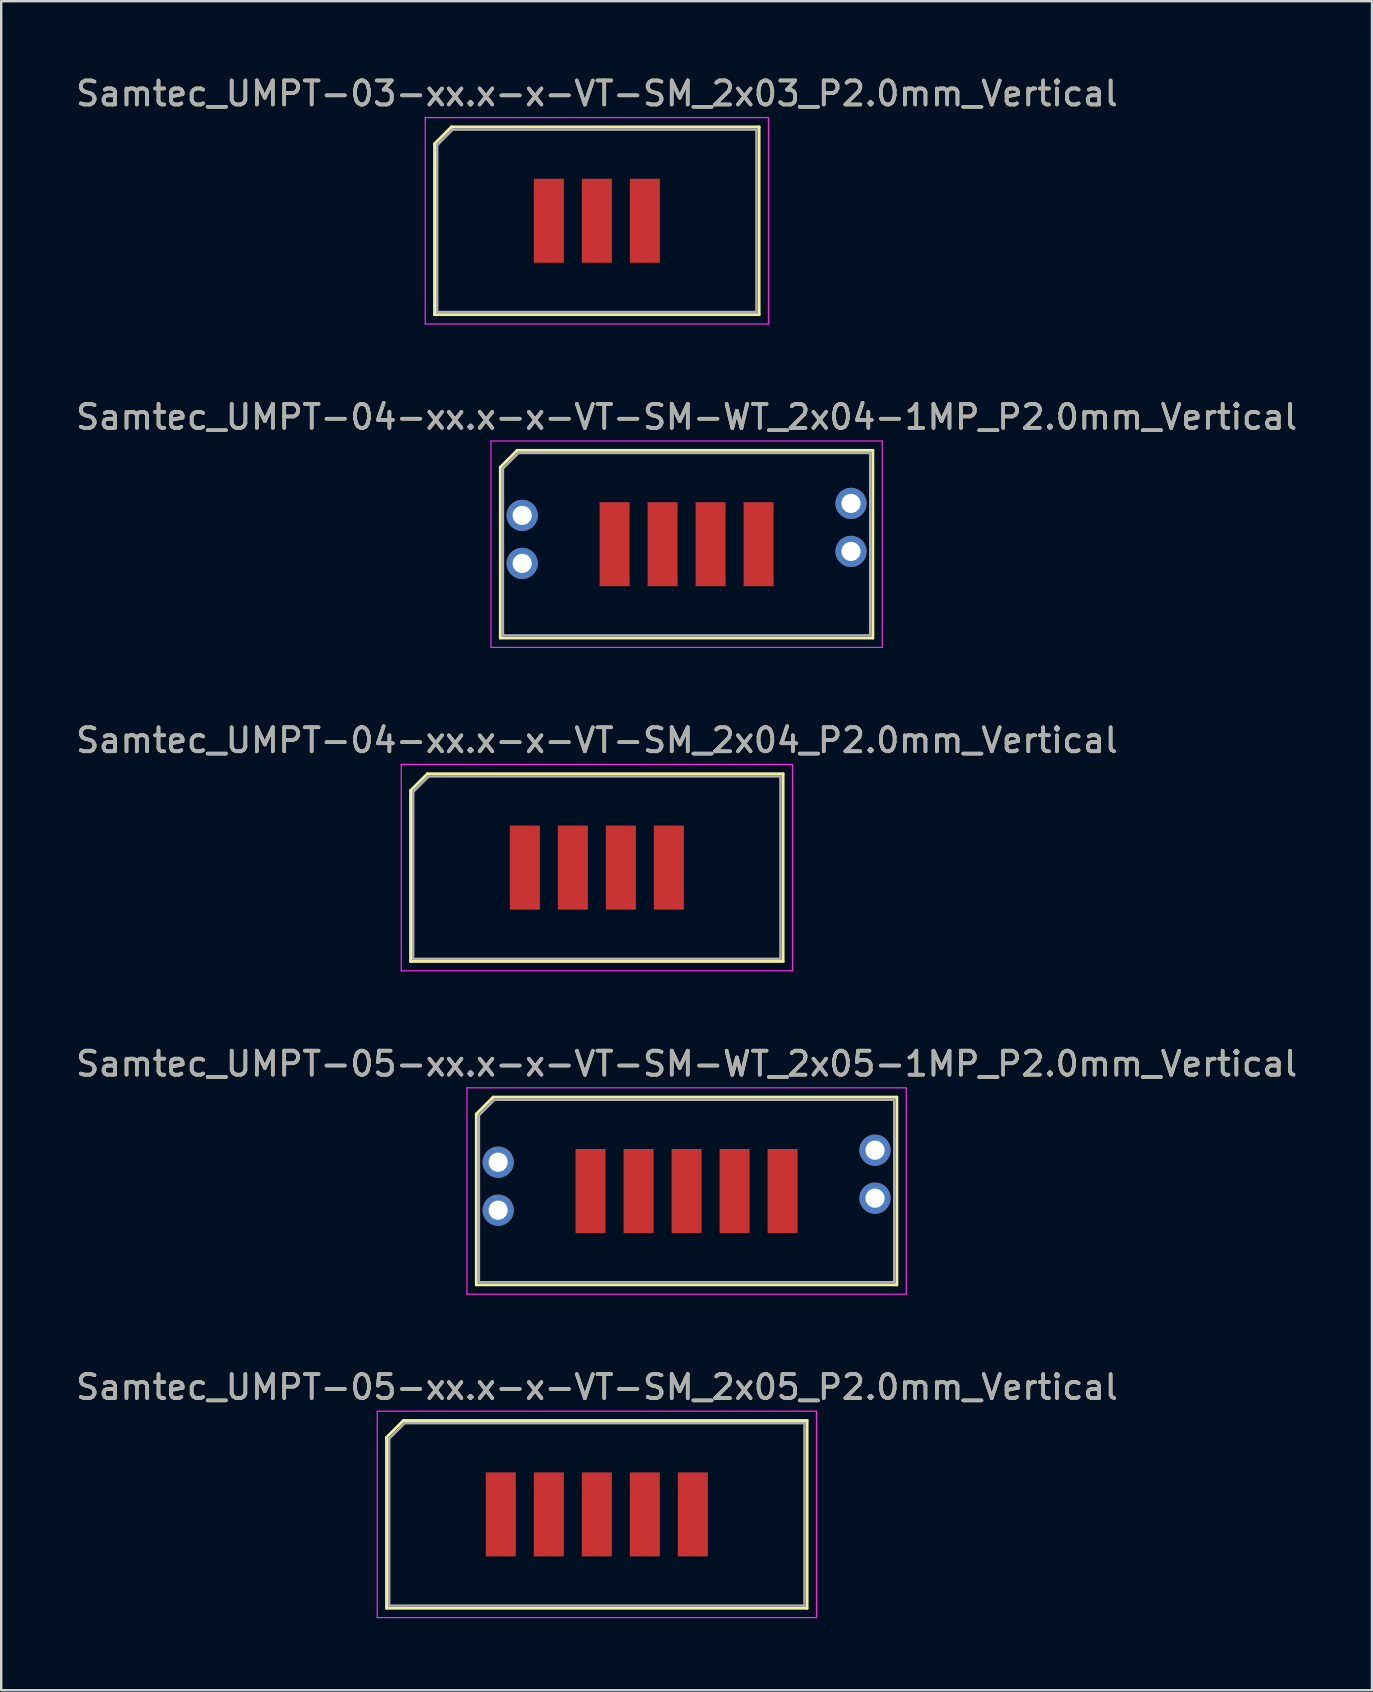
<source format=kicad_pcb>
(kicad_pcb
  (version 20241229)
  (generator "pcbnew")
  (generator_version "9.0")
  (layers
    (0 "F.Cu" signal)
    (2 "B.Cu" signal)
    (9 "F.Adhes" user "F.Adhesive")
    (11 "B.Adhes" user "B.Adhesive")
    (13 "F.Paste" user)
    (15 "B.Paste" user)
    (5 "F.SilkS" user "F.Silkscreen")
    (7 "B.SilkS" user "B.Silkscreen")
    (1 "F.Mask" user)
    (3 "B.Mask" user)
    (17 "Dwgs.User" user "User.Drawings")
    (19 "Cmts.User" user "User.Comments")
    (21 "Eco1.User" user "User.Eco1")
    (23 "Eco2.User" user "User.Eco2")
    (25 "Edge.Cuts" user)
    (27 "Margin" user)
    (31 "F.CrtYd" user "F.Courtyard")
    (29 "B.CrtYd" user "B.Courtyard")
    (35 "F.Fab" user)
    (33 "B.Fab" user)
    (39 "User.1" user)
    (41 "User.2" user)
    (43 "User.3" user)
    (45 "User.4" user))
  (footprint "Samtec_UMPT-03-xx.x-x-VT-SM_2x03_P2.0mm_Vertical"
    (layer "F.Cu")
    (at 21.815 6.148)
    (property "Reference" "Samtec_UMPT-03-xx.x-x-VT-SM_2x03_P2.0mm_Vertical" (at 0 -5.3 0) (layer "F.SilkS") (effects (font (size 1 1) (thickness 0.15))))
    (attr smd)
    (fp_line (start -6.76 -3.209) (end -6.76 3.91) (stroke (width 0.12) (type solid)) (layer "F.SilkS"))
    (fp_line (start -6.76 3.91) (end 6.76 3.91) (stroke (width 0.12) (type solid)) (layer "F.SilkS"))
    (fp_line (start -6.059 -3.91) (end -6.76 -3.209) (stroke (width 0.12) (type solid)) (layer "F.SilkS"))
    (fp_line (start 6.76 -3.91) (end -6.059 -3.91) (stroke (width 0.12) (type solid)) (layer "F.SilkS"))
    (fp_line (start 6.76 3.91) (end 6.76 -3.91) (stroke (width 0.12) (type solid)) (layer "F.SilkS"))
    (fp_line (start -7.15 -4.3) (end -7.15 4.3) (stroke (width 0.05) (type solid)) (layer "F.CrtYd"))
    (fp_line (start -7.15 4.3) (end 7.15 4.3) (stroke (width 0.05) (type solid)) (layer "F.CrtYd"))
    (fp_line (start 7.15 -4.3) (end -7.15 -4.3) (stroke (width 0.05) (type solid)) (layer "F.CrtYd"))
    (fp_line (start 7.15 4.3) (end 7.15 -4.3) (stroke (width 0.05) (type solid)) (layer "F.CrtYd"))
    (fp_line (start -6.65 -3.154) (end -6.65 3.8) (stroke (width 0.1) (type solid)) (layer "F.Fab"))
    (fp_line (start -6.65 3.8) (end 6.65 3.8) (stroke (width 0.1) (type solid)) (layer "F.Fab"))
    (fp_line (start -6.004 -3.8) (end -6.65 -3.154) (stroke (width 0.1) (type solid)) (layer "F.Fab"))
    (fp_line (start 6.65 -3.8) (end -6.004 -3.8) (stroke (width 0.1) (type solid)) (layer "F.Fab"))
    (fp_line (start 6.65 3.8) (end 6.65 -3.8) (stroke (width 0.1) (type solid)) (layer "F.Fab"))
    (fp_text user "${REFERENCE}" (at 0 -5.3 0) (layer "F.Fab") (effects (font (size 1 1) (thickness 0.15))))
    (pad "1" smd rect (at -2 0) (size 1.25 3.5) (layers "F.Cu" "F.Mask" "F.Paste"))
    (pad "2" smd rect (at 0 0) (size 1.25 3.5) (layers "F.Cu" "F.Mask" "F.Paste"))
    (pad "3" smd rect (at 2 0) (size 1.25 3.5) (layers "F.Cu" "F.Mask" "F.Paste")))
  (footprint "Samtec_UMPT-04-xx.x-x-VT-SM_2x04_P2.0mm_Vertical"
    (layer "F.Cu")
    (at 21.815 33.095)
    (property "Reference" "Samtec_UMPT-04-xx.x-x-VT-SM_2x04_P2.0mm_Vertical" (at 0 -5.3 0) (layer "F.SilkS") (effects (font (size 1 1) (thickness 0.15))))
    (attr smd)
    (fp_line (start -7.76 -3.209) (end -7.76 3.91) (stroke (width 0.12) (type solid)) (layer "F.SilkS"))
    (fp_line (start -7.76 3.91) (end 7.76 3.91) (stroke (width 0.12) (type solid)) (layer "F.SilkS"))
    (fp_line (start -7.059 -3.91) (end -7.76 -3.209) (stroke (width 0.12) (type solid)) (layer "F.SilkS"))
    (fp_line (start 7.76 -3.91) (end -7.059 -3.91) (stroke (width 0.12) (type solid)) (layer "F.SilkS"))
    (fp_line (start 7.76 3.91) (end 7.76 -3.91) (stroke (width 0.12) (type solid)) (layer "F.SilkS"))
    (fp_line (start -8.15 -4.3) (end -8.15 4.3) (stroke (width 0.05) (type solid)) (layer "F.CrtYd"))
    (fp_line (start -8.15 4.3) (end 8.15 4.3) (stroke (width 0.05) (type solid)) (layer "F.CrtYd"))
    (fp_line (start 8.15 -4.3) (end -8.15 -4.3) (stroke (width 0.05) (type solid)) (layer "F.CrtYd"))
    (fp_line (start 8.15 4.3) (end 8.15 -4.3) (stroke (width 0.05) (type solid)) (layer "F.CrtYd"))
    (fp_line (start -7.65 -3.154) (end -7.65 3.8) (stroke (width 0.1) (type solid)) (layer "F.Fab"))
    (fp_line (start -7.65 3.8) (end 7.65 3.8) (stroke (width 0.1) (type solid)) (layer "F.Fab"))
    (fp_line (start -7.004 -3.8) (end -7.65 -3.154) (stroke (width 0.1) (type solid)) (layer "F.Fab"))
    (fp_line (start 7.65 -3.8) (end -7.004 -3.8) (stroke (width 0.1) (type solid)) (layer "F.Fab"))
    (fp_line (start 7.65 3.8) (end 7.65 -3.8) (stroke (width 0.1) (type solid)) (layer "F.Fab"))
    (fp_text user "${REFERENCE}" (at 0 -5.3 0) (layer "F.Fab") (effects (font (size 1 1) (thickness 0.15))))
    (pad "1" smd rect (at -3 0) (size 1.25 3.5) (layers "F.Cu" "F.Mask" "F.Paste"))
    (pad "2" smd rect (at -1 0) (size 1.25 3.5) (layers "F.Cu" "F.Mask" "F.Paste"))
    (pad "3" smd rect (at 1 0) (size 1.25 3.5) (layers "F.Cu" "F.Mask" "F.Paste"))
    (pad "4" smd rect (at 3 0) (size 1.25 3.5) (layers "F.Cu" "F.Mask" "F.Paste")))
  (footprint "Samtec_UMPT-04-xx.x-x-VT-SM-WT_2x04-1MP_P2.0mm_Vertical"
    (layer "F.Cu")
    (at 25.554 19.622)
    (property "Reference" "Samtec_UMPT-04-xx.x-x-VT-SM-WT_2x04-1MP_P2.0mm_Vertical" (at 0 -5.3 0) (layer "F.SilkS") (effects (font (size 1 1) (thickness 0.15))))
    (attr smd)
    (fp_line (start -7.76 -3.209) (end -7.76 3.91) (stroke (width 0.12) (type solid)) (layer "F.SilkS"))
    (fp_line (start -7.76 3.91) (end 7.76 3.91) (stroke (width 0.12) (type solid)) (layer "F.SilkS"))
    (fp_line (start -7.059 -3.91) (end -7.76 -3.209) (stroke (width 0.12) (type solid)) (layer "F.SilkS"))
    (fp_line (start 7.76 -3.91) (end -7.059 -3.91) (stroke (width 0.12) (type solid)) (layer "F.SilkS"))
    (fp_line (start 7.76 3.91) (end 7.76 -3.91) (stroke (width 0.12) (type solid)) (layer "F.SilkS"))
    (fp_line (start -8.15 -4.3) (end -8.15 4.3) (stroke (width 0.05) (type solid)) (layer "F.CrtYd"))
    (fp_line (start -8.15 4.3) (end 8.15 4.3) (stroke (width 0.05) (type solid)) (layer "F.CrtYd"))
    (fp_line (start 8.15 -4.3) (end -8.15 -4.3) (stroke (width 0.05) (type solid)) (layer "F.CrtYd"))
    (fp_line (start 8.15 4.3) (end 8.15 -4.3) (stroke (width 0.05) (type solid)) (layer "F.CrtYd"))
    (fp_line (start -7.65 -3.154) (end -7.65 3.8) (stroke (width 0.1) (type solid)) (layer "F.Fab"))
    (fp_line (start -7.65 3.8) (end 7.65 3.8) (stroke (width 0.1) (type solid)) (layer "F.Fab"))
    (fp_line (start -7.004 -3.8) (end -7.65 -3.154) (stroke (width 0.1) (type solid)) (layer "F.Fab"))
    (fp_line (start 7.65 -3.8) (end -7.004 -3.8) (stroke (width 0.1) (type solid)) (layer "F.Fab"))
    (fp_line (start 7.65 3.8) (end 7.65 -3.8) (stroke (width 0.1) (type solid)) (layer "F.Fab"))
    (fp_text user "${REFERENCE}" (at 0 -5.3 0) (layer "F.Fab") (effects (font (size 1 1) (thickness 0.15))))
    (pad "1" smd rect (at -3 0) (size 1.25 3.5) (layers "F.Cu" "F.Mask" "F.Paste"))
    (pad "2" smd rect (at -1 0) (size 1.25 3.5) (layers "F.Cu" "F.Mask" "F.Paste"))
    (pad "3" smd rect (at 1 0) (size 1.25 3.5) (layers "F.Cu" "F.Mask" "F.Paste"))
    (pad "4" smd rect (at 3 0) (size 1.25 3.5) (layers "F.Cu" "F.Mask" "F.Paste"))
    (pad "MP" thru_hole circle (at -6.85 -1.2) (size 1.3 1.3) (drill 0.8) (layers "*.Cu" "*.Mask"))
    (pad "MP" thru_hole circle (at -6.85 0.8) (size 1.3 1.3) (drill 0.8) (layers "*.Cu" "*.Mask"))
    (pad "MP" thru_hole circle (at 6.85 -1.7) (size 1.3 1.3) (drill 0.8) (layers "*.Cu" "*.Mask"))
    (pad "MP" thru_hole circle (at 6.85 0.3) (size 1.3 1.3) (drill 0.8) (layers "*.Cu" "*.Mask")))
  (footprint "Samtec_UMPT-05-xx.x-x-VT-SM-WT_2x05-1MP_P2.0mm_Vertical"
    (layer "F.Cu")
    (at 25.554 46.568)
    (property "Reference" "Samtec_UMPT-05-xx.x-x-VT-SM-WT_2x05-1MP_P2.0mm_Vertical" (at 0 -5.3 0) (layer "F.SilkS") (effects (font (size 1 1) (thickness 0.15))))
    (attr smd)
    (fp_line (start -8.76 -3.209) (end -8.76 3.91) (stroke (width 0.12) (type solid)) (layer "F.SilkS"))
    (fp_line (start -8.76 3.91) (end 8.76 3.91) (stroke (width 0.12) (type solid)) (layer "F.SilkS"))
    (fp_line (start -8.059 -3.91) (end -8.76 -3.209) (stroke (width 0.12) (type solid)) (layer "F.SilkS"))
    (fp_line (start 8.76 -3.91) (end -8.059 -3.91) (stroke (width 0.12) (type solid)) (layer "F.SilkS"))
    (fp_line (start 8.76 3.91) (end 8.76 -3.91) (stroke (width 0.12) (type solid)) (layer "F.SilkS"))
    (fp_line (start -9.15 -4.3) (end -9.15 4.3) (stroke (width 0.05) (type solid)) (layer "F.CrtYd"))
    (fp_line (start -9.15 4.3) (end 9.15 4.3) (stroke (width 0.05) (type solid)) (layer "F.CrtYd"))
    (fp_line (start 9.15 -4.3) (end -9.15 -4.3) (stroke (width 0.05) (type solid)) (layer "F.CrtYd"))
    (fp_line (start 9.15 4.3) (end 9.15 -4.3) (stroke (width 0.05) (type solid)) (layer "F.CrtYd"))
    (fp_line (start -8.65 -3.154) (end -8.65 3.8) (stroke (width 0.1) (type solid)) (layer "F.Fab"))
    (fp_line (start -8.65 3.8) (end 8.65 3.8) (stroke (width 0.1) (type solid)) (layer "F.Fab"))
    (fp_line (start -8.004 -3.8) (end -8.65 -3.154) (stroke (width 0.1) (type solid)) (layer "F.Fab"))
    (fp_line (start 8.65 -3.8) (end -8.004 -3.8) (stroke (width 0.1) (type solid)) (layer "F.Fab"))
    (fp_line (start 8.65 3.8) (end 8.65 -3.8) (stroke (width 0.1) (type solid)) (layer "F.Fab"))
    (fp_text user "${REFERENCE}" (at 0 -5.3 0) (layer "F.Fab") (effects (font (size 1 1) (thickness 0.15))))
    (pad "1" smd rect (at -4 0) (size 1.25 3.5) (layers "F.Cu" "F.Mask" "F.Paste"))
    (pad "2" smd rect (at -2 0) (size 1.25 3.5) (layers "F.Cu" "F.Mask" "F.Paste"))
    (pad "3" smd rect (at 0 0) (size 1.25 3.5) (layers "F.Cu" "F.Mask" "F.Paste"))
    (pad "4" smd rect (at 2 0) (size 1.25 3.5) (layers "F.Cu" "F.Mask" "F.Paste"))
    (pad "5" smd rect (at 4 0) (size 1.25 3.5) (layers "F.Cu" "F.Mask" "F.Paste"))
    (pad "MP" thru_hole circle (at -7.85 -1.2) (size 1.3 1.3) (drill 0.8) (layers "*.Cu" "*.Mask"))
    (pad "MP" thru_hole circle (at -7.85 0.8) (size 1.3 1.3) (drill 0.8) (layers "*.Cu" "*.Mask"))
    (pad "MP" thru_hole circle (at 7.85 -1.7) (size 1.3 1.3) (drill 0.8) (layers "*.Cu" "*.Mask"))
    (pad "MP" thru_hole circle (at 7.85 0.3) (size 1.3 1.3) (drill 0.8) (layers "*.Cu" "*.Mask")))
  (footprint "Samtec_UMPT-05-xx.x-x-VT-SM_2x05_P2.0mm_Vertical"
    (layer "F.Cu")
    (at 21.815 60.041)
    (property "Reference" "Samtec_UMPT-05-xx.x-x-VT-SM_2x05_P2.0mm_Vertical" (at 0 -5.3 0) (layer "F.SilkS") (effects (font (size 1 1) (thickness 0.15))))
    (attr smd)
    (fp_line (start -8.76 -3.209) (end -8.76 3.91) (stroke (width 0.12) (type solid)) (layer "F.SilkS"))
    (fp_line (start -8.76 3.91) (end 8.76 3.91) (stroke (width 0.12) (type solid)) (layer "F.SilkS"))
    (fp_line (start -8.059 -3.91) (end -8.76 -3.209) (stroke (width 0.12) (type solid)) (layer "F.SilkS"))
    (fp_line (start 8.76 -3.91) (end -8.059 -3.91) (stroke (width 0.12) (type solid)) (layer "F.SilkS"))
    (fp_line (start 8.76 3.91) (end 8.76 -3.91) (stroke (width 0.12) (type solid)) (layer "F.SilkS"))
    (fp_line (start -9.15 -4.3) (end -9.15 4.3) (stroke (width 0.05) (type solid)) (layer "F.CrtYd"))
    (fp_line (start -9.15 4.3) (end 9.15 4.3) (stroke (width 0.05) (type solid)) (layer "F.CrtYd"))
    (fp_line (start 9.15 -4.3) (end -9.15 -4.3) (stroke (width 0.05) (type solid)) (layer "F.CrtYd"))
    (fp_line (start 9.15 4.3) (end 9.15 -4.3) (stroke (width 0.05) (type solid)) (layer "F.CrtYd"))
    (fp_line (start -8.65 -3.154) (end -8.65 3.8) (stroke (width 0.1) (type solid)) (layer "F.Fab"))
    (fp_line (start -8.65 3.8) (end 8.65 3.8) (stroke (width 0.1) (type solid)) (layer "F.Fab"))
    (fp_line (start -8.004 -3.8) (end -8.65 -3.154) (stroke (width 0.1) (type solid)) (layer "F.Fab"))
    (fp_line (start 8.65 -3.8) (end -8.004 -3.8) (stroke (width 0.1) (type solid)) (layer "F.Fab"))
    (fp_line (start 8.65 3.8) (end 8.65 -3.8) (stroke (width 0.1) (type solid)) (layer "F.Fab"))
    (fp_text user "${REFERENCE}" (at 0 -5.3 0) (layer "F.Fab") (effects (font (size 1 1) (thickness 0.15))))
    (pad "1" smd rect (at -4 0) (size 1.25 3.5) (layers "F.Cu" "F.Mask" "F.Paste"))
    (pad "2" smd rect (at -2 0) (size 1.25 3.5) (layers "F.Cu" "F.Mask" "F.Paste"))
    (pad "3" smd rect (at 0 0) (size 1.25 3.5) (layers "F.Cu" "F.Mask" "F.Paste"))
    (pad "4" smd rect (at 2 0) (size 1.25 3.5) (layers "F.Cu" "F.Mask" "F.Paste"))
    (pad "5" smd rect (at 4 0) (size 1.25 3.5) (layers "F.Cu" "F.Mask" "F.Paste")))
  (gr_rect
    (start -3 -3)
    (end 54.107 67.366)
    (stroke (width 0.1) (type default))
    (fill no)
    (layer "Edge.Cuts")))
</source>
